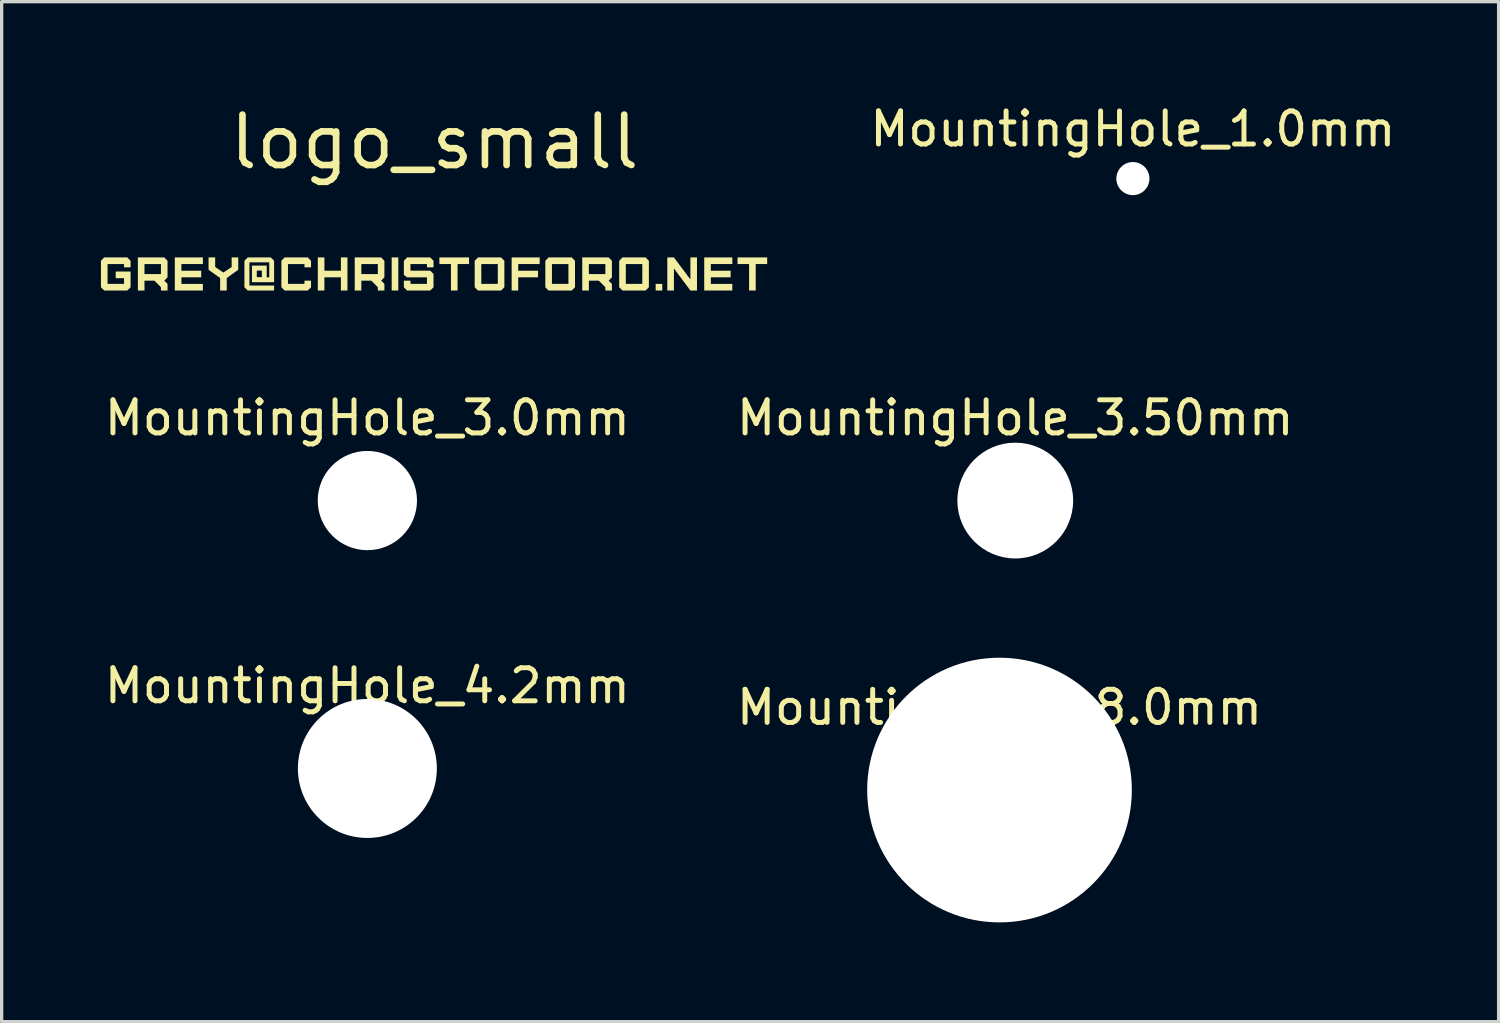
<source format=kicad_pcb>
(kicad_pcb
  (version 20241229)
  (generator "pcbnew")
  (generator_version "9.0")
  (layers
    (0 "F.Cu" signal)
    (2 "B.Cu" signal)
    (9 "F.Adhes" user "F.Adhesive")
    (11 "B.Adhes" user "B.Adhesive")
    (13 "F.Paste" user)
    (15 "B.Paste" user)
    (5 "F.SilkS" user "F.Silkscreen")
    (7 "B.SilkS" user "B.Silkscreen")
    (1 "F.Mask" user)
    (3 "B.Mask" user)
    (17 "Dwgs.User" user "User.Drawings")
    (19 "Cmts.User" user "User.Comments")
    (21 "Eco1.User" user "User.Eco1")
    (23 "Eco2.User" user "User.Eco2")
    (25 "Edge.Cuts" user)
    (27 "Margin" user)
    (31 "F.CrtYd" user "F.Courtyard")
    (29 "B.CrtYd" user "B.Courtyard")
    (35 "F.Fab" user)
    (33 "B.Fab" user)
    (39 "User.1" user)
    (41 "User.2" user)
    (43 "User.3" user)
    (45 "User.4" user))
  (footprint "logo_small"
    (layer "F.Cu")
    (at 10.084 5.243)
    (property "Reference" "logo_small" (at 0 -4 0) (layer "F.SilkS") (effects (font (size 1.524 1.524) (thickness 0.2))))
    (attr through_hole)
    (fp_poly (pts (xy -1.295 -0.512) (xy -1.295 0.488) (xy -1.095 0.488) (xy -1.095 -0.512)) (stroke (width 0.001) (type solid)) (fill yes) (layer "F.SilkS"))
    (fp_poly (pts (xy 6.884 0.288) (xy 6.684 0.288) (xy 6.684 0.488) (xy 6.884 0.488)) (stroke (width 0.001) (type solid)) (fill yes) (layer "F.SilkS"))
    (fp_poly (pts (xy 1.043 -0.512) (xy 0.147 -0.512) (xy 0.147 -0.312) (xy 0.496 -0.312) (xy 0.496 0.488) (xy 0.696 0.488) (xy 0.696 -0.312) (xy 1.043 -0.312)) (stroke (width 0.001) (type solid)) (fill yes) (layer "F.SilkS"))
    (fp_poly (pts (xy 10.055 -0.512) (xy 9.159 -0.512) (xy 9.159 -0.312) (xy 9.508 -0.312) (xy 9.508 0.488) (xy 9.708 0.488) (xy 9.708 -0.312) (xy 10.055 -0.312)) (stroke (width 0.001) (type solid)) (fill yes) (layer "F.SilkS"))
    (fp_poly (pts (xy 2.331 -0.512) (xy 2.331 0.488) (xy 2.53 0.488) (xy 2.53 0.089) (xy 3.129 0.089) (xy 3.129 -0.11) (xy 2.53 -0.11) (xy 2.53 -0.312) (xy 3.179 -0.312) (xy 3.179 -0.512)) (stroke (width 0.001) (type solid)) (fill yes) (layer "F.SilkS"))
    (fp_poly (pts (xy 7.236 -0.512) (xy 7.036 -0.512) (xy 7.036 0.488) (xy 7.236 0.488) (xy 7.236 -0.179) (xy 7.734 0.488) (xy 7.933 0.488) (xy 7.933 -0.512) (xy 7.734 -0.512) (xy 7.734 0.154)) (stroke (width 0.001) (type solid)) (fill yes) (layer "F.SilkS"))
    (fp_poly (pts (xy -7.65 0.089) (xy -7.052 0.089) (xy -7.052 -0.11) (xy -7.65 -0.11) (xy -7.65 -0.312) (xy -7.002 -0.312) (xy -7.002 -0.512) (xy -7.85 -0.512) (xy -7.85 0.488) (xy -7.002 0.488) (xy -7.002 0.288) (xy -7.65 0.288)) (stroke (width 0.001) (type solid)) (fill yes) (layer "F.SilkS"))
    (fp_poly (pts (xy -3.328 -0.512) (xy -3.528 -0.512) (xy -3.528 0.488) (xy -3.328 0.488) (xy -3.328 0.089) (xy -2.83 0.089) (xy -2.83 0.488) (xy -2.632 0.488) (xy -2.632 -0.512) (xy -2.83 -0.512) (xy -2.83 -0.11) (xy -3.328 -0.11)) (stroke (width 0.001) (type solid)) (fill yes) (layer "F.SilkS"))
    (fp_poly (pts (xy 9.001 -0.512) (xy 8.152 -0.512) (xy 8.152 0.488) (xy 9.001 0.488) (xy 9.001 0.288) (xy 8.352 0.288) (xy 8.352 0.089) (xy 8.951 0.089) (xy 8.951 -0.11) (xy 8.352 -0.11) (xy 8.352 -0.312) (xy 9.001 -0.312)) (stroke (width 0.001) (type solid)) (fill yes) (layer "F.SilkS"))
    (fp_poly (pts (xy -6.132 -0.223) (xy -6.383 -0.055) (xy -6.63 -0.223) (xy -6.63 -0.512) (xy -6.83 -0.512) (xy -6.83 -0.139) (xy -6.48 0.111) (xy -6.48 0.488) (xy -6.281 0.488) (xy -6.281 0.111) (xy -5.933 -0.139) (xy -5.933 -0.512) (xy -6.132 -0.512)) (stroke (width 0.001) (type solid)) (fill yes) (layer "F.SilkS"))
    (fp_poly (pts (xy 1.214 -0.41) (xy 1.414 -0.312) (xy 1.912 -0.312) (xy 1.912 0.288) (xy 1.414 0.288) (xy 1.414 -0.312) (xy 1.214 -0.41) (xy 1.214 0.39) (xy 1.313 0.488) (xy 2.012 0.488) (xy 2.111 0.39) (xy 2.111 -0.41) (xy 2.012 -0.512) (xy 1.313 -0.512)) (stroke (width 0.001) (type solid)) (fill yes) (layer "F.SilkS"))
    (fp_poly (pts (xy 4.147 -0.512) (xy 3.447 -0.512) (xy 3.349 -0.41) (xy 3.549 -0.312) (xy 4.047 -0.312) (xy 4.047 0.288) (xy 3.549 0.288) (xy 3.549 -0.312) (xy 3.349 -0.41) (xy 3.349 0.39) (xy 3.447 0.488) (xy 4.147 0.488) (xy 4.246 0.39) (xy 4.246 -0.41)) (stroke (width 0.001) (type solid)) (fill yes) (layer "F.SilkS"))
    (fp_poly (pts (xy 5.681 0.488) (xy 6.38 0.488) (xy 6.28 0.288) (xy 5.782 0.288) (xy 5.782 -0.312) (xy 6.28 -0.312) (xy 6.28 0.288) (xy 6.38 0.488) (xy 6.479 0.39) (xy 6.479 -0.41) (xy 6.38 -0.512) (xy 5.681 -0.512) (xy 5.582 -0.41) (xy 5.582 0.39)) (stroke (width 0.001) (type solid)) (fill yes) (layer "F.SilkS"))
    (fp_poly (pts (xy -4.43 -0.312) (xy -3.931 -0.312) (xy -3.931 -0.212) (xy -3.733 -0.212) (xy -3.733 -0.41) (xy -3.831 -0.512) (xy -4.531 -0.512) (xy -4.629 -0.41) (xy -4.629 0.39) (xy -4.531 0.488) (xy -3.831 0.488) (xy -3.733 0.39) (xy -3.733 0.19) (xy -3.931 0.19) (xy -3.931 0.288) (xy -4.43 0.288)) (stroke (width 0.001) (type solid)) (fill yes) (layer "F.SilkS"))
    (fp_poly (pts (xy -10.083 0.39) (xy -9.985 0.488) (xy -9.285 0.488) (xy -9.187 0.39) (xy -9.187 -0.085) (xy -9.636 -0.085) (xy -9.636 0.115) (xy -9.385 0.115) (xy -9.385 0.288) (xy -9.883 0.288) (xy -9.883 -0.312) (xy -9.385 -0.312) (xy -9.385 -0.212) (xy -9.187 -0.212) (xy -9.187 -0.41) (xy -9.285 -0.512) (xy -9.985 -0.512) (xy -10.083 -0.41)) (stroke (width 0.001) (type solid)) (fill yes) (layer "F.SilkS"))
    (fp_poly (pts (xy -8.767 0.488) (xy -8.767 -0.01) (xy -8.767 -0.312) (xy -8.269 -0.312) (xy -8.269 -0.01) (xy -8.767 -0.01) (xy -8.767 0.488) (xy -8.767 0.19) (xy -8.468 0.19) (xy -8.368 0.288) (xy -8.269 0.39) (xy -8.269 0.488) (xy -8.07 0.488) (xy -8.07 0.288) (xy -8.169 0.19) (xy -8.07 0.09) (xy -8.07 -0.41) (xy -8.169 -0.512) (xy -8.967 -0.512) (xy -8.967 0.488)) (stroke (width 0.001) (type solid)) (fill yes) (layer "F.SilkS"))
    (fp_poly (pts (xy -2.212 0.19) (xy -2.212 -0.312) (xy -1.714 -0.312) (xy -1.714 -0.01) (xy -2.212 -0.01) (xy -2.212 -0.312) (xy -2.212 0.19) (xy -1.913 0.19) (xy -1.813 0.288) (xy -1.714 0.39) (xy -1.714 0.488) (xy -1.515 0.488) (xy -1.515 0.288) (xy -1.614 0.19) (xy -1.515 0.09) (xy -1.515 -0.41) (xy -1.614 -0.512) (xy -2.412 -0.512) (xy -2.412 0.488) (xy -2.212 0.488)) (stroke (width 0.001) (type solid)) (fill yes) (layer "F.SilkS"))
    (fp_poly (pts (xy 4.465 -0.512) (xy 4.465 0.488) (xy 4.665 0.488) (xy 4.665 -0.312) (xy 5.164 -0.312) (xy 5.164 -0.01) (xy 4.665 -0.01) (xy 4.665 -0.312) (xy 4.665 0.488) (xy 4.665 0.19) (xy 4.964 0.19) (xy 5.064 0.288) (xy 5.164 0.39) (xy 5.164 0.488) (xy 5.362 0.488) (xy 5.362 0.288) (xy 5.264 0.19) (xy 5.362 0.09) (xy 5.362 -0.41) (xy 5.264 -0.512)) (stroke (width 0.001) (type solid)) (fill yes) (layer "F.SilkS"))
    (fp_poly (pts (xy -0.03 -0.41) (xy -0.129 -0.512) (xy -0.829 -0.512) (xy -0.927 -0.41) (xy -0.927 0.018) (xy -0.829 0.089) (xy -0.229 0.089) (xy -0.229 0.288) (xy -0.727 0.288) (xy -0.727 0.19) (xy -0.927 0.19) (xy -0.927 0.39) (xy -0.829 0.488) (xy -0.129 0.488) (xy -0.03 0.39) (xy -0.03 -0.012) (xy -0.129 -0.112) (xy -0.727 -0.112) (xy -0.727 -0.312) (xy -0.229 -0.312) (xy -0.229 -0.212) (xy -0.03 -0.212)) (stroke (width 0.001) (type solid)) (fill yes) (layer "F.SilkS"))
    (fp_poly (pts (xy -5.647 0.488) (xy -4.849 0.488) (xy -4.849 0.337) (xy -5.595 0.337) (xy -5.595 -0.363) (xy -4.996 -0.363) (xy -4.996 0.09) (xy -5.072 0.09) (xy -5.219 0.084) (xy -5.372 0.084) (xy -5.372 -0.114) (xy -5.219 -0.114) (xy -5.219 0.084) (xy -5.072 0.09) (xy -5.072 -0.265) (xy -5.519 -0.265) (xy -5.519 0.237) (xy -4.849 0.237) (xy -4.849 -0.41) (xy -4.948 -0.512) (xy -5.647 -0.512) (xy -5.746 -0.41) (xy -5.746 0.39)) (stroke (width 0.001) (type solid)) (fill yes) (layer "F.SilkS")))
  (footprint "MountingHole_3.0mm"
    (layer "F.Cu")
    (at 8.054 12.08)
    (property "Reference" "MountingHole_3.0mm" (at 0 -2.5 0) (layer "F.SilkS") (effects (font (size 1 1) (thickness 0.15))))
    (attr exclude_from_pos_files exclude_from_bom)
    (pad "" np_thru_hole circle (at 0 0) (size 3 3) (drill 3) (layers "*.Cu" "*.Mask")))
  (footprint "MountingHole_3.50mm"
    (layer "F.Cu")
    (at 27.637 12.08)
    (property "Reference" "MountingHole_3.50mm" (at 0 -2.5 0) (layer "F.SilkS") (effects (font (size 1 1) (thickness 0.15))))
    (attr exclude_from_pos_files exclude_from_bom)
    (pad "" np_thru_hole circle (at 0 0) (size 3.5 3.5) (drill 3.5) (layers "*.Cu" "*.Mask")))
  (footprint "MountingHole_1.0mm"
    (layer "F.Cu")
    (at 31.193 2.348)
    (property "Reference" "MountingHole_1.0mm" (at 0 -1.5 0) (layer "F.SilkS") (effects (font (size 1 1) (thickness 0.15))))
    (attr exclude_from_pos_files exclude_from_bom)
    (pad "" np_thru_hole circle (at 0 0) (size 1 1) (drill 1) (layers "*.Cu" "*.Mask")))
  (footprint "MountingHole_8.0mm"
    (layer "F.Cu")
    (at 27.161 20.83)
    (property "Reference" "MountingHole_8.0mm" (at 0 -2.5 0) (layer "F.SilkS") (effects (font (size 1 1) (thickness 0.15))))
    (attr exclude_from_pos_files exclude_from_bom)
    (pad "" np_thru_hole circle (at 0 0) (size 8 8) (drill 8) (layers "*.Cu" "*.Mask")))
  (footprint "MountingHole_4.2mm"
    (layer "F.Cu")
    (at 8.054 20.178)
    (property "Reference" "MountingHole_4.2mm" (at 0 -2.5 0) (layer "F.SilkS") (effects (font (size 1 1) (thickness 0.15))))
    (attr exclude_from_pos_files exclude_from_bom)
    (pad "" np_thru_hole circle (at 0 0) (size 4.2 4.2) (drill 4.2) (layers "*.Cu" "*.Mask")))
  (gr_rect
    (start -3 -3)
    (end 42.247 27.83)
    (stroke (width 0.1) (type default))
    (fill no)
    (layer "Edge.Cuts")))
</source>
